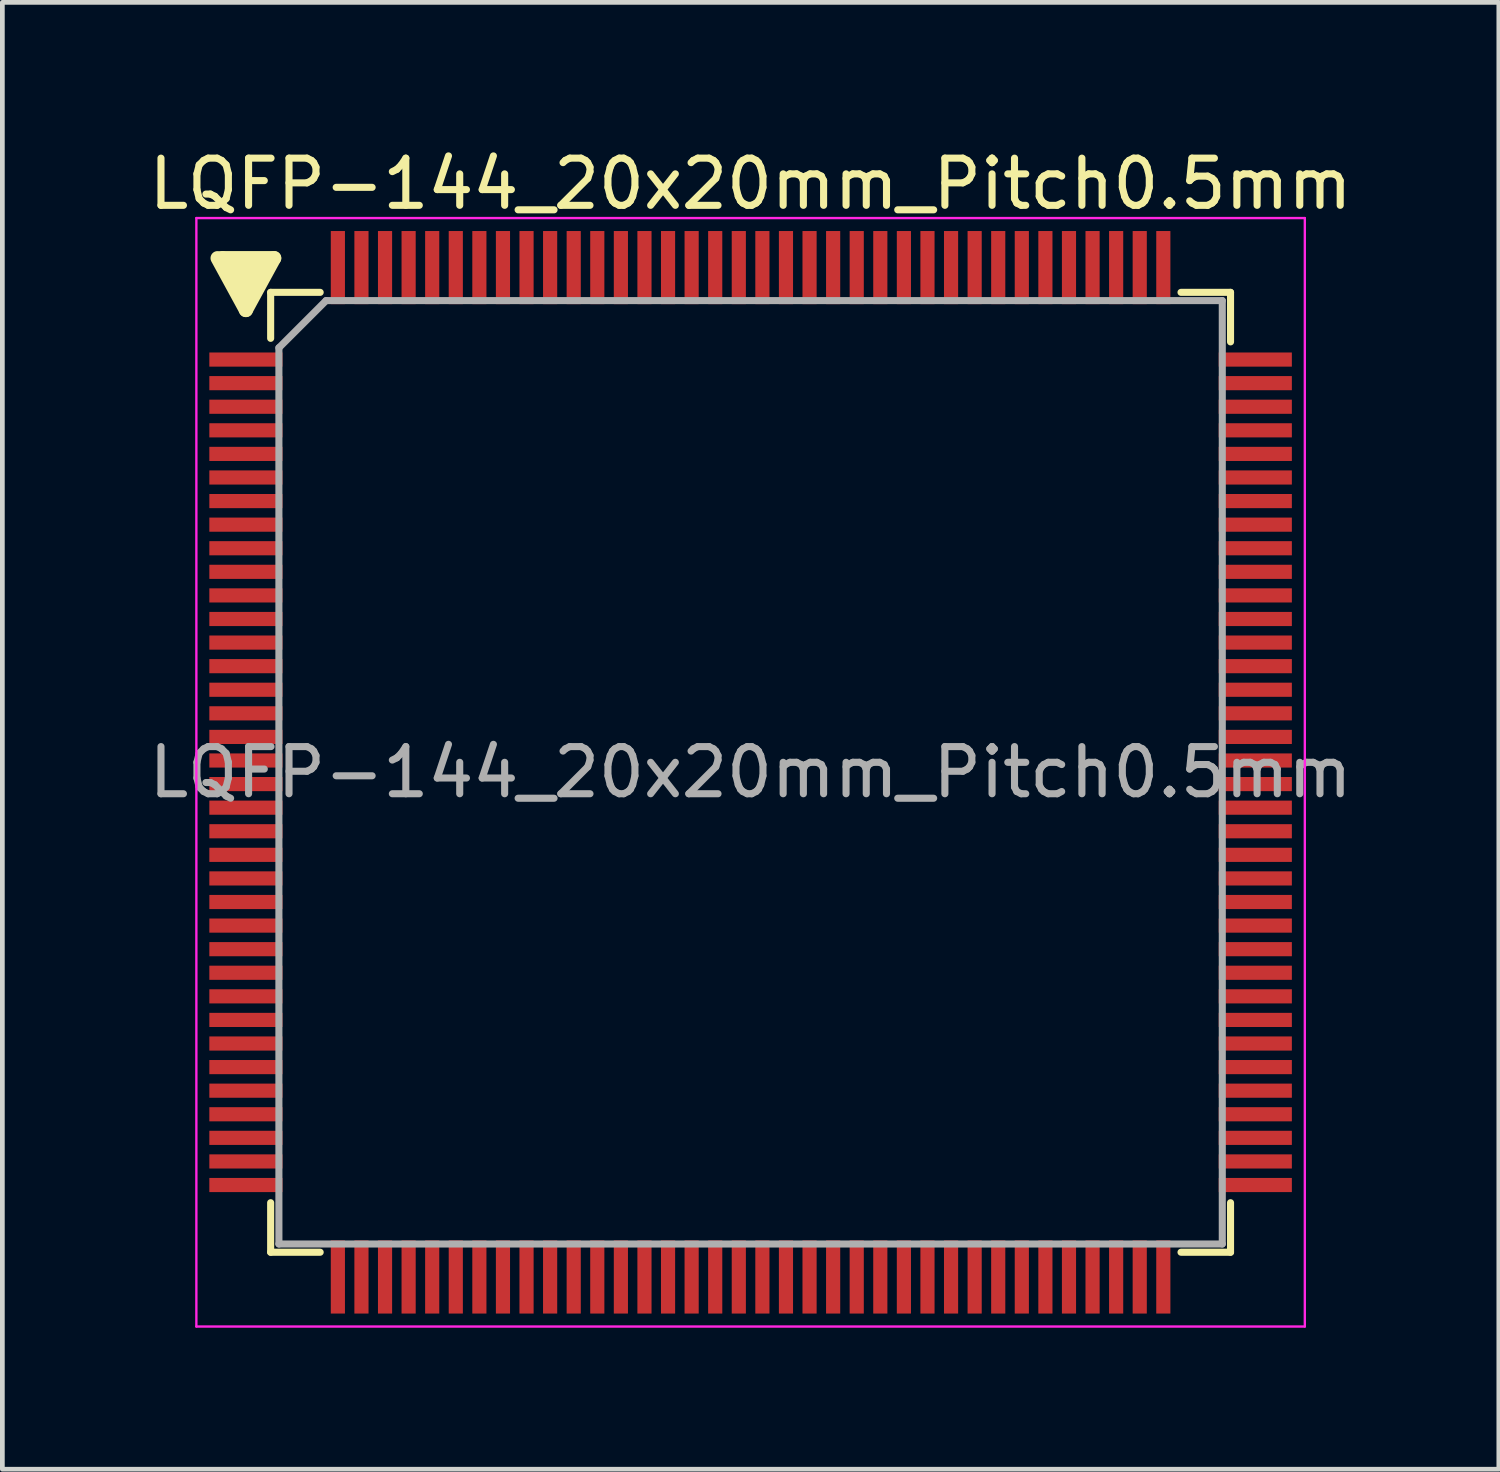
<source format=kicad_pcb>
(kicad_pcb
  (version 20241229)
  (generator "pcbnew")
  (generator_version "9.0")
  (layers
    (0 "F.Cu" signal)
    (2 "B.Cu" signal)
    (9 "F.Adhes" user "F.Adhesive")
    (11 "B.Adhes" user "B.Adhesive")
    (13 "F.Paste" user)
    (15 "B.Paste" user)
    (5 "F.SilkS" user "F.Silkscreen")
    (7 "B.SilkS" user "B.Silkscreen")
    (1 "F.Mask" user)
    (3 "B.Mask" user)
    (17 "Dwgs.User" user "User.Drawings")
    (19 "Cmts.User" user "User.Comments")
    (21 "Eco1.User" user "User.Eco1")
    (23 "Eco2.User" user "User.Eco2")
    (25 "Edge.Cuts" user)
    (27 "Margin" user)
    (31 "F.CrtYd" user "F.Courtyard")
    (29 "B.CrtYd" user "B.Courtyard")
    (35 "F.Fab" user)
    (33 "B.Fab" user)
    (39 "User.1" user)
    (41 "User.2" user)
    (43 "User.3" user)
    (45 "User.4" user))
  (footprint "LQFP-144_20x20mm_Pitch0.5mm"
    (layer "F.Cu")
    (at 12.863 13.323)
    (property "Reference" "LQFP-144_20x20mm_Pitch0.5mm" (at 0 -12.475 0) (layer "F.SilkS") (effects (font (size 1 1) (thickness 0.15))))
    (attr smd)
    (fp_line (start -11.3 -10.9) (end -10.7 -9.8) (stroke (width 0.3) (type solid)) (layer "F.SilkS"))
    (fp_line (start -11.2 -10.9) (end -10.7 -10.1) (stroke (width 0.3) (type solid)) (layer "F.SilkS"))
    (fp_line (start -10.9 -10.7) (end -10.6 -10.4) (stroke (width 0.3) (type solid)) (layer "F.SilkS"))
    (fp_line (start -10.7 -10.1) (end -10.4 -10.7) (stroke (width 0.3) (type solid)) (layer "F.SilkS"))
    (fp_line (start -10.7 -9.8) (end -10.1 -10.9) (stroke (width 0.3) (type solid)) (layer "F.SilkS"))
    (fp_line (start -10.4 -10.7) (end -10.9 -10.7) (stroke (width 0.3) (type solid)) (layer "F.SilkS"))
    (fp_line (start -10.175 -10.175) (end -10.175 -9.2) (stroke (width 0.15) (type solid)) (layer "F.SilkS"))
    (fp_line (start -10.175 -10.175) (end -9.125 -10.175) (stroke (width 0.15) (type solid)) (layer "F.SilkS"))
    (fp_line (start -10.175 10.175) (end -10.175 9.125) (stroke (width 0.15) (type solid)) (layer "F.SilkS"))
    (fp_line (start -10.175 10.175) (end -9.125 10.175) (stroke (width 0.15) (type solid)) (layer "F.SilkS"))
    (fp_line (start -10.1 -10.9) (end -11.2 -10.9) (stroke (width 0.3) (type solid)) (layer "F.SilkS"))
    (fp_line (start 10.175 -10.175) (end 9.125 -10.175) (stroke (width 0.15) (type solid)) (layer "F.SilkS"))
    (fp_line (start 10.175 -10.175) (end 10.175 -9.125) (stroke (width 0.15) (type solid)) (layer "F.SilkS"))
    (fp_line (start 10.175 10.175) (end 9.125 10.175) (stroke (width 0.15) (type solid)) (layer "F.SilkS"))
    (fp_line (start 10.175 10.175) (end 10.175 9.125) (stroke (width 0.15) (type solid)) (layer "F.SilkS"))
    (fp_line (start -11.75 -11.75) (end -11.75 11.75) (stroke (width 0.05) (type solid)) (layer "F.CrtYd"))
    (fp_line (start -11.75 -11.75) (end 11.75 -11.75) (stroke (width 0.05) (type solid)) (layer "F.CrtYd"))
    (fp_line (start -11.75 11.75) (end 11.75 11.75) (stroke (width 0.05) (type solid)) (layer "F.CrtYd"))
    (fp_line (start 11.75 -11.75) (end 11.75 11.75) (stroke (width 0.05) (type solid)) (layer "F.CrtYd"))
    (fp_line (start -10 -9) (end -9 -10) (stroke (width 0.15) (type solid)) (layer "F.Fab"))
    (fp_line (start -10 10) (end -10 -9) (stroke (width 0.15) (type solid)) (layer "F.Fab"))
    (fp_line (start -9 -10) (end 10 -10) (stroke (width 0.15) (type solid)) (layer "F.Fab"))
    (fp_line (start 10 -10) (end 10 10) (stroke (width 0.15) (type solid)) (layer "F.Fab"))
    (fp_line (start 10 10) (end -10 10) (stroke (width 0.15) (type solid)) (layer "F.Fab"))
    (fp_text user "${REFERENCE}" (at 0 0 0) (layer "F.Fab") (effects (font (size 1 1) (thickness 0.15))))
    (pad "1" smd rect (at -10.7 -8.75) (size 1.55 0.3) (layers "F.Cu" "F.Mask" "F.Paste"))
    (pad "2" smd rect (at -10.7 -8.25) (size 1.55 0.3) (layers "F.Cu" "F.Mask" "F.Paste"))
    (pad "3" smd rect (at -10.7 -7.75) (size 1.55 0.3) (layers "F.Cu" "F.Mask" "F.Paste"))
    (pad "4" smd rect (at -10.7 -7.25) (size 1.55 0.3) (layers "F.Cu" "F.Mask" "F.Paste"))
    (pad "5" smd rect (at -10.7 -6.75) (size 1.55 0.3) (layers "F.Cu" "F.Mask" "F.Paste"))
    (pad "6" smd rect (at -10.7 -6.25) (size 1.55 0.3) (layers "F.Cu" "F.Mask" "F.Paste"))
    (pad "7" smd rect (at -10.7 -5.75) (size 1.55 0.3) (layers "F.Cu" "F.Mask" "F.Paste"))
    (pad "8" smd rect (at -10.7 -5.25) (size 1.55 0.3) (layers "F.Cu" "F.Mask" "F.Paste"))
    (pad "9" smd rect (at -10.7 -4.75) (size 1.55 0.3) (layers "F.Cu" "F.Mask" "F.Paste"))
    (pad "10" smd rect (at -10.7 -4.25) (size 1.55 0.3) (layers "F.Cu" "F.Mask" "F.Paste"))
    (pad "11" smd rect (at -10.7 -3.75) (size 1.55 0.3) (layers "F.Cu" "F.Mask" "F.Paste"))
    (pad "12" smd rect (at -10.7 -3.25) (size 1.55 0.3) (layers "F.Cu" "F.Mask" "F.Paste"))
    (pad "13" smd rect (at -10.7 -2.75) (size 1.55 0.3) (layers "F.Cu" "F.Mask" "F.Paste"))
    (pad "14" smd rect (at -10.7 -2.25) (size 1.55 0.3) (layers "F.Cu" "F.Mask" "F.Paste"))
    (pad "15" smd rect (at -10.7 -1.75) (size 1.55 0.3) (layers "F.Cu" "F.Mask" "F.Paste"))
    (pad "16" smd rect (at -10.7 -1.25) (size 1.55 0.3) (layers "F.Cu" "F.Mask" "F.Paste"))
    (pad "17" smd rect (at -10.7 -0.75) (size 1.55 0.3) (layers "F.Cu" "F.Mask" "F.Paste"))
    (pad "18" smd rect (at -10.7 -0.25) (size 1.55 0.3) (layers "F.Cu" "F.Mask" "F.Paste"))
    (pad "19" smd rect (at -10.7 0.25) (size 1.55 0.3) (layers "F.Cu" "F.Mask" "F.Paste"))
    (pad "20" smd rect (at -10.7 0.75) (size 1.55 0.3) (layers "F.Cu" "F.Mask" "F.Paste"))
    (pad "21" smd rect (at -10.7 1.25) (size 1.55 0.3) (layers "F.Cu" "F.Mask" "F.Paste"))
    (pad "22" smd rect (at -10.7 1.75) (size 1.55 0.3) (layers "F.Cu" "F.Mask" "F.Paste"))
    (pad "23" smd rect (at -10.7 2.25) (size 1.55 0.3) (layers "F.Cu" "F.Mask" "F.Paste"))
    (pad "24" smd rect (at -10.7 2.75) (size 1.55 0.3) (layers "F.Cu" "F.Mask" "F.Paste"))
    (pad "25" smd rect (at -10.7 3.25) (size 1.55 0.3) (layers "F.Cu" "F.Mask" "F.Paste"))
    (pad "26" smd rect (at -10.7 3.75) (size 1.55 0.3) (layers "F.Cu" "F.Mask" "F.Paste"))
    (pad "27" smd rect (at -10.7 4.25) (size 1.55 0.3) (layers "F.Cu" "F.Mask" "F.Paste"))
    (pad "28" smd rect (at -10.7 4.75) (size 1.55 0.3) (layers "F.Cu" "F.Mask" "F.Paste"))
    (pad "29" smd rect (at -10.7 5.25) (size 1.55 0.3) (layers "F.Cu" "F.Mask" "F.Paste"))
    (pad "30" smd rect (at -10.7 5.75) (size 1.55 0.3) (layers "F.Cu" "F.Mask" "F.Paste"))
    (pad "31" smd rect (at -10.7 6.25) (size 1.55 0.3) (layers "F.Cu" "F.Mask" "F.Paste"))
    (pad "32" smd rect (at -10.7 6.75) (size 1.55 0.3) (layers "F.Cu" "F.Mask" "F.Paste"))
    (pad "33" smd rect (at -10.7 7.25) (size 1.55 0.3) (layers "F.Cu" "F.Mask" "F.Paste"))
    (pad "34" smd rect (at -10.7 7.75) (size 1.55 0.3) (layers "F.Cu" "F.Mask" "F.Paste"))
    (pad "35" smd rect (at -10.7 8.25) (size 1.55 0.3) (layers "F.Cu" "F.Mask" "F.Paste"))
    (pad "36" smd rect (at -10.7 8.75) (size 1.55 0.3) (layers "F.Cu" "F.Mask" "F.Paste"))
    (pad "37" smd rect (at -8.75 10.7 90) (size 1.55 0.3) (layers "F.Cu" "F.Mask" "F.Paste"))
    (pad "38" smd rect (at -8.25 10.7 90) (size 1.55 0.3) (layers "F.Cu" "F.Mask" "F.Paste"))
    (pad "39" smd rect (at -7.75 10.7 90) (size 1.55 0.3) (layers "F.Cu" "F.Mask" "F.Paste"))
    (pad "40" smd rect (at -7.25 10.7 90) (size 1.55 0.3) (layers "F.Cu" "F.Mask" "F.Paste"))
    (pad "41" smd rect (at -6.75 10.7 90) (size 1.55 0.3) (layers "F.Cu" "F.Mask" "F.Paste"))
    (pad "42" smd rect (at -6.25 10.7 90) (size 1.55 0.3) (layers "F.Cu" "F.Mask" "F.Paste"))
    (pad "43" smd rect (at -5.75 10.7 90) (size 1.55 0.3) (layers "F.Cu" "F.Mask" "F.Paste"))
    (pad "44" smd rect (at -5.25 10.7 90) (size 1.55 0.3) (layers "F.Cu" "F.Mask" "F.Paste"))
    (pad "45" smd rect (at -4.75 10.7 90) (size 1.55 0.3) (layers "F.Cu" "F.Mask" "F.Paste"))
    (pad "46" smd rect (at -4.25 10.7 90) (size 1.55 0.3) (layers "F.Cu" "F.Mask" "F.Paste"))
    (pad "47" smd rect (at -3.75 10.7 90) (size 1.55 0.3) (layers "F.Cu" "F.Mask" "F.Paste"))
    (pad "48" smd rect (at -3.25 10.7 90) (size 1.55 0.3) (layers "F.Cu" "F.Mask" "F.Paste"))
    (pad "49" smd rect (at -2.75 10.7 90) (size 1.55 0.3) (layers "F.Cu" "F.Mask" "F.Paste"))
    (pad "50" smd rect (at -2.25 10.7 90) (size 1.55 0.3) (layers "F.Cu" "F.Mask" "F.Paste"))
    (pad "51" smd rect (at -1.75 10.7 90) (size 1.55 0.3) (layers "F.Cu" "F.Mask" "F.Paste"))
    (pad "52" smd rect (at -1.25 10.7 90) (size 1.55 0.3) (layers "F.Cu" "F.Mask" "F.Paste"))
    (pad "53" smd rect (at -0.75 10.7 90) (size 1.55 0.3) (layers "F.Cu" "F.Mask" "F.Paste"))
    (pad "54" smd rect (at -0.25 10.7 90) (size 1.55 0.3) (layers "F.Cu" "F.Mask" "F.Paste"))
    (pad "55" smd rect (at 0.25 10.7 90) (size 1.55 0.3) (layers "F.Cu" "F.Mask" "F.Paste"))
    (pad "56" smd rect (at 0.75 10.7 90) (size 1.55 0.3) (layers "F.Cu" "F.Mask" "F.Paste"))
    (pad "57" smd rect (at 1.25 10.7 90) (size 1.55 0.3) (layers "F.Cu" "F.Mask" "F.Paste"))
    (pad "58" smd rect (at 1.75 10.7 90) (size 1.55 0.3) (layers "F.Cu" "F.Mask" "F.Paste"))
    (pad "59" smd rect (at 2.25 10.7 90) (size 1.55 0.3) (layers "F.Cu" "F.Mask" "F.Paste"))
    (pad "60" smd rect (at 2.75 10.7 90) (size 1.55 0.3) (layers "F.Cu" "F.Mask" "F.Paste"))
    (pad "61" smd rect (at 3.25 10.7 90) (size 1.55 0.3) (layers "F.Cu" "F.Mask" "F.Paste"))
    (pad "62" smd rect (at 3.75 10.7 90) (size 1.55 0.3) (layers "F.Cu" "F.Mask" "F.Paste"))
    (pad "63" smd rect (at 4.25 10.7 90) (size 1.55 0.3) (layers "F.Cu" "F.Mask" "F.Paste"))
    (pad "64" smd rect (at 4.75 10.7 90) (size 1.55 0.3) (layers "F.Cu" "F.Mask" "F.Paste"))
    (pad "65" smd rect (at 5.25 10.7 90) (size 1.55 0.3) (layers "F.Cu" "F.Mask" "F.Paste"))
    (pad "66" smd rect (at 5.75 10.7 90) (size 1.55 0.3) (layers "F.Cu" "F.Mask" "F.Paste"))
    (pad "67" smd rect (at 6.25 10.7 90) (size 1.55 0.3) (layers "F.Cu" "F.Mask" "F.Paste"))
    (pad "68" smd rect (at 6.75 10.7 90) (size 1.55 0.3) (layers "F.Cu" "F.Mask" "F.Paste"))
    (pad "69" smd rect (at 7.25 10.7 90) (size 1.55 0.3) (layers "F.Cu" "F.Mask" "F.Paste"))
    (pad "70" smd rect (at 7.75 10.7 90) (size 1.55 0.3) (layers "F.Cu" "F.Mask" "F.Paste"))
    (pad "71" smd rect (at 8.25 10.7 90) (size 1.55 0.3) (layers "F.Cu" "F.Mask" "F.Paste"))
    (pad "72" smd rect (at 8.75 10.7 90) (size 1.55 0.3) (layers "F.Cu" "F.Mask" "F.Paste"))
    (pad "73" smd rect (at 10.7 8.75) (size 1.55 0.3) (layers "F.Cu" "F.Mask" "F.Paste"))
    (pad "74" smd rect (at 10.7 8.25) (size 1.55 0.3) (layers "F.Cu" "F.Mask" "F.Paste"))
    (pad "75" smd rect (at 10.7 7.75) (size 1.55 0.3) (layers "F.Cu" "F.Mask" "F.Paste"))
    (pad "76" smd rect (at 10.7 7.25) (size 1.55 0.3) (layers "F.Cu" "F.Mask" "F.Paste"))
    (pad "77" smd rect (at 10.7 6.75) (size 1.55 0.3) (layers "F.Cu" "F.Mask" "F.Paste"))
    (pad "78" smd rect (at 10.7 6.25) (size 1.55 0.3) (layers "F.Cu" "F.Mask" "F.Paste"))
    (pad "79" smd rect (at 10.7 5.75) (size 1.55 0.3) (layers "F.Cu" "F.Mask" "F.Paste"))
    (pad "80" smd rect (at 10.7 5.25) (size 1.55 0.3) (layers "F.Cu" "F.Mask" "F.Paste"))
    (pad "81" smd rect (at 10.7 4.75) (size 1.55 0.3) (layers "F.Cu" "F.Mask" "F.Paste"))
    (pad "82" smd rect (at 10.7 4.25) (size 1.55 0.3) (layers "F.Cu" "F.Mask" "F.Paste"))
    (pad "83" smd rect (at 10.7 3.75) (size 1.55 0.3) (layers "F.Cu" "F.Mask" "F.Paste"))
    (pad "84" smd rect (at 10.7 3.25) (size 1.55 0.3) (layers "F.Cu" "F.Mask" "F.Paste"))
    (pad "85" smd rect (at 10.7 2.75) (size 1.55 0.3) (layers "F.Cu" "F.Mask" "F.Paste"))
    (pad "86" smd rect (at 10.7 2.25) (size 1.55 0.3) (layers "F.Cu" "F.Mask" "F.Paste"))
    (pad "87" smd rect (at 10.7 1.75) (size 1.55 0.3) (layers "F.Cu" "F.Mask" "F.Paste"))
    (pad "88" smd rect (at 10.7 1.25) (size 1.55 0.3) (layers "F.Cu" "F.Mask" "F.Paste"))
    (pad "89" smd rect (at 10.7 0.75) (size 1.55 0.3) (layers "F.Cu" "F.Mask" "F.Paste"))
    (pad "90" smd rect (at 10.7 0.25) (size 1.55 0.3) (layers "F.Cu" "F.Mask" "F.Paste"))
    (pad "91" smd rect (at 10.7 -0.25) (size 1.55 0.3) (layers "F.Cu" "F.Mask" "F.Paste"))
    (pad "92" smd rect (at 10.7 -0.75) (size 1.55 0.3) (layers "F.Cu" "F.Mask" "F.Paste"))
    (pad "93" smd rect (at 10.7 -1.25) (size 1.55 0.3) (layers "F.Cu" "F.Mask" "F.Paste"))
    (pad "94" smd rect (at 10.7 -1.75) (size 1.55 0.3) (layers "F.Cu" "F.Mask" "F.Paste"))
    (pad "95" smd rect (at 10.7 -2.25) (size 1.55 0.3) (layers "F.Cu" "F.Mask" "F.Paste"))
    (pad "96" smd rect (at 10.7 -2.75) (size 1.55 0.3) (layers "F.Cu" "F.Mask" "F.Paste"))
    (pad "97" smd rect (at 10.7 -3.25) (size 1.55 0.3) (layers "F.Cu" "F.Mask" "F.Paste"))
    (pad "98" smd rect (at 10.7 -3.75) (size 1.55 0.3) (layers "F.Cu" "F.Mask" "F.Paste"))
    (pad "99" smd rect (at 10.7 -4.25) (size 1.55 0.3) (layers "F.Cu" "F.Mask" "F.Paste"))
    (pad "100" smd rect (at 10.7 -4.75) (size 1.55 0.3) (layers "F.Cu" "F.Mask" "F.Paste"))
    (pad "101" smd rect (at 10.7 -5.25) (size 1.55 0.3) (layers "F.Cu" "F.Mask" "F.Paste"))
    (pad "102" smd rect (at 10.7 -5.75) (size 1.55 0.3) (layers "F.Cu" "F.Mask" "F.Paste"))
    (pad "103" smd rect (at 10.7 -6.25) (size 1.55 0.3) (layers "F.Cu" "F.Mask" "F.Paste"))
    (pad "104" smd rect (at 10.7 -6.75) (size 1.55 0.3) (layers "F.Cu" "F.Mask" "F.Paste"))
    (pad "105" smd rect (at 10.7 -7.25) (size 1.55 0.3) (layers "F.Cu" "F.Mask" "F.Paste"))
    (pad "106" smd rect (at 10.7 -7.75) (size 1.55 0.3) (layers "F.Cu" "F.Mask" "F.Paste"))
    (pad "107" smd rect (at 10.7 -8.25) (size 1.55 0.3) (layers "F.Cu" "F.Mask" "F.Paste"))
    (pad "108" smd rect (at 10.7 -8.75) (size 1.55 0.3) (layers "F.Cu" "F.Mask" "F.Paste"))
    (pad "109" smd rect (at 8.75 -10.7 90) (size 1.55 0.3) (layers "F.Cu" "F.Mask" "F.Paste"))
    (pad "110" smd rect (at 8.25 -10.7 90) (size 1.55 0.3) (layers "F.Cu" "F.Mask" "F.Paste"))
    (pad "111" smd rect (at 7.75 -10.7 90) (size 1.55 0.3) (layers "F.Cu" "F.Mask" "F.Paste"))
    (pad "112" smd rect (at 7.25 -10.7 90) (size 1.55 0.3) (layers "F.Cu" "F.Mask" "F.Paste"))
    (pad "113" smd rect (at 6.75 -10.7 90) (size 1.55 0.3) (layers "F.Cu" "F.Mask" "F.Paste"))
    (pad "114" smd rect (at 6.25 -10.7 90) (size 1.55 0.3) (layers "F.Cu" "F.Mask" "F.Paste"))
    (pad "115" smd rect (at 5.75 -10.7 90) (size 1.55 0.3) (layers "F.Cu" "F.Mask" "F.Paste"))
    (pad "116" smd rect (at 5.25 -10.7 90) (size 1.55 0.3) (layers "F.Cu" "F.Mask" "F.Paste"))
    (pad "117" smd rect (at 4.75 -10.7 90) (size 1.55 0.3) (layers "F.Cu" "F.Mask" "F.Paste"))
    (pad "118" smd rect (at 4.25 -10.7 90) (size 1.55 0.3) (layers "F.Cu" "F.Mask" "F.Paste"))
    (pad "119" smd rect (at 3.75 -10.7 90) (size 1.55 0.3) (layers "F.Cu" "F.Mask" "F.Paste"))
    (pad "120" smd rect (at 3.25 -10.7 90) (size 1.55 0.3) (layers "F.Cu" "F.Mask" "F.Paste"))
    (pad "121" smd rect (at 2.75 -10.7 90) (size 1.55 0.3) (layers "F.Cu" "F.Mask" "F.Paste"))
    (pad "122" smd rect (at 2.25 -10.7 90) (size 1.55 0.3) (layers "F.Cu" "F.Mask" "F.Paste"))
    (pad "123" smd rect (at 1.75 -10.7 90) (size 1.55 0.3) (layers "F.Cu" "F.Mask" "F.Paste"))
    (pad "124" smd rect (at 1.25 -10.7 90) (size 1.55 0.3) (layers "F.Cu" "F.Mask" "F.Paste"))
    (pad "125" smd rect (at 0.75 -10.7 90) (size 1.55 0.3) (layers "F.Cu" "F.Mask" "F.Paste"))
    (pad "126" smd rect (at 0.25 -10.7 90) (size 1.55 0.3) (layers "F.Cu" "F.Mask" "F.Paste"))
    (pad "127" smd rect (at -0.25 -10.7 90) (size 1.55 0.3) (layers "F.Cu" "F.Mask" "F.Paste"))
    (pad "128" smd rect (at -0.75 -10.7 90) (size 1.55 0.3) (layers "F.Cu" "F.Mask" "F.Paste"))
    (pad "129" smd rect (at -1.25 -10.7 90) (size 1.55 0.3) (layers "F.Cu" "F.Mask" "F.Paste"))
    (pad "130" smd rect (at -1.75 -10.7 90) (size 1.55 0.3) (layers "F.Cu" "F.Mask" "F.Paste"))
    (pad "131" smd rect (at -2.25 -10.7 90) (size 1.55 0.3) (layers "F.Cu" "F.Mask" "F.Paste"))
    (pad "132" smd rect (at -2.75 -10.7 90) (size 1.55 0.3) (layers "F.Cu" "F.Mask" "F.Paste"))
    (pad "133" smd rect (at -3.25 -10.7 90) (size 1.55 0.3) (layers "F.Cu" "F.Mask" "F.Paste"))
    (pad "134" smd rect (at -3.75 -10.7 90) (size 1.55 0.3) (layers "F.Cu" "F.Mask" "F.Paste"))
    (pad "135" smd rect (at -4.25 -10.7 90) (size 1.55 0.3) (layers "F.Cu" "F.Mask" "F.Paste"))
    (pad "136" smd rect (at -4.75 -10.7 90) (size 1.55 0.3) (layers "F.Cu" "F.Mask" "F.Paste"))
    (pad "137" smd rect (at -5.25 -10.7 90) (size 1.55 0.3) (layers "F.Cu" "F.Mask" "F.Paste"))
    (pad "138" smd rect (at -5.75 -10.7 90) (size 1.55 0.3) (layers "F.Cu" "F.Mask" "F.Paste"))
    (pad "139" smd rect (at -6.25 -10.7 90) (size 1.55 0.3) (layers "F.Cu" "F.Mask" "F.Paste"))
    (pad "140" smd rect (at -6.75 -10.7 90) (size 1.55 0.3) (layers "F.Cu" "F.Mask" "F.Paste"))
    (pad "141" smd rect (at -7.25 -10.7 90) (size 1.55 0.3) (layers "F.Cu" "F.Mask" "F.Paste"))
    (pad "142" smd rect (at -7.75 -10.7 90) (size 1.55 0.3) (layers "F.Cu" "F.Mask" "F.Paste"))
    (pad "143" smd rect (at -8.25 -10.7 90) (size 1.55 0.3) (layers "F.Cu" "F.Mask" "F.Paste"))
    (pad "144" smd rect (at -8.75 -10.7 90) (size 1.55 0.3) (layers "F.Cu" "F.Mask" "F.Paste")))
  (gr_rect
    (start -3 -3)
    (end 28.726 28.098)
    (stroke (width 0.1) (type default))
    (fill no)
    (layer "Edge.Cuts")))
</source>
